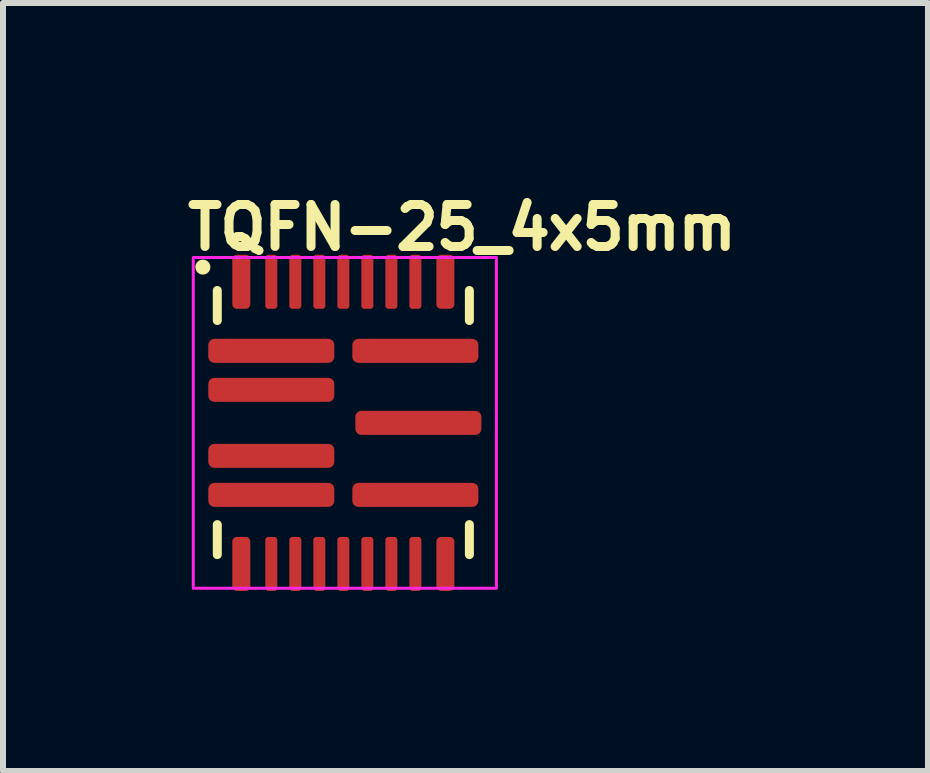
<source format=kicad_pcb>
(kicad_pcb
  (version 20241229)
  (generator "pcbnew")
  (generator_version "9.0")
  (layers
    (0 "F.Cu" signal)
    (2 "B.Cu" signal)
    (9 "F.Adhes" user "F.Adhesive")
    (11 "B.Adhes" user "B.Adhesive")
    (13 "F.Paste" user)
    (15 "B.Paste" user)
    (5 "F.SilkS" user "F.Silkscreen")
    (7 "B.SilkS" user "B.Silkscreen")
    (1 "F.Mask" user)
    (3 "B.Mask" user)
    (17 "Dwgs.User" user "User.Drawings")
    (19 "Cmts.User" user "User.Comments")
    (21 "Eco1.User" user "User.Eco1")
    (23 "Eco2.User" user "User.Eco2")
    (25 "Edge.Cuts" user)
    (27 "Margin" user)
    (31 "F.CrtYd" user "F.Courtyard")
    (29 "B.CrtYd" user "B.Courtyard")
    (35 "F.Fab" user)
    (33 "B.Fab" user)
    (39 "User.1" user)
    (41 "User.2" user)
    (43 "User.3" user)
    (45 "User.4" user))
  (footprint "TQFN-25_4x5mm"
    (layer "F.Cu")
    (at 2.67 3.99)
    (property "Reference" "TQFN-25_4x5mm" (at -2.67 -2.84 0) (unlocked yes) (layer "F.SilkS") (effects (font (size 0.7 0.7) (thickness 0.15)) (justify left bottom)))
    (attr smd)
    (fp_line (start -2.1 -1.7) (end -2.1 -2.2) (stroke (width 0.15) (type solid)) (layer "F.SilkS"))
    (fp_line (start -2.1 2.2) (end -2.1 1.7) (stroke (width 0.15) (type solid)) (layer "F.SilkS"))
    (fp_line (start 2.1 -2.2) (end 2.1 -1.7) (stroke (width 0.15) (type solid)) (layer "F.SilkS"))
    (fp_line (start 2.1 2.2) (end 2.1 1.7) (stroke (width 0.15) (type solid)) (layer "F.SilkS"))
    (fp_circle (center -2.34 -2.59) (end -2.29 -2.59) (stroke (width 0.15) (type solid)) (fill yes) (layer "F.SilkS"))
    (fp_rect (start -2.5 -2.75) (end 2.55 2.76) (stroke (width 0.05) (type solid)) (fill no) (layer "F.CrtYd"))
    (fp_rect (start -2 -2.5) (end 2 2.5) (stroke (width 0.1) (type solid)) (fill no) (layer "User.5"))
    (fp_line (start -2 -2.5) (end -2 2.5) (stroke (width 0.02) (type solid)) (layer "User.9"))
    (fp_line (start -2 2.5) (end 2 2.5) (stroke (width 0.02) (type solid)) (layer "User.9"))
    (fp_line (start -1.718 -1.991) (end -1.715 -2.027) (stroke (width 0.02) (type solid)) (layer "User.9"))
    (fp_line (start -1.715 -2.027) (end -1.704 -2.06) (stroke (width 0.02) (type solid)) (layer "User.9"))
    (fp_line (start -1.715 -1.956) (end -1.718 -1.991) (stroke (width 0.02) (type solid)) (layer "User.9"))
    (fp_line (start -1.704 -2.06) (end -1.686 -2.091) (stroke (width 0.02) (type solid)) (layer "User.9"))
    (fp_line (start -1.704 -1.922) (end -1.715 -1.956) (stroke (width 0.02) (type solid)) (layer "User.9"))
    (fp_line (start -1.686 -2.091) (end -1.662 -2.117) (stroke (width 0.02) (type solid)) (layer "User.9"))
    (fp_line (start -1.686 -1.892) (end -1.704 -1.922) (stroke (width 0.02) (type solid)) (layer "User.9"))
    (fp_line (start -1.662 -2.117) (end -1.634 -2.138) (stroke (width 0.02) (type solid)) (layer "User.9"))
    (fp_line (start -1.662 -1.865) (end -1.686 -1.892) (stroke (width 0.02) (type solid)) (layer "User.9"))
    (fp_line (start -1.634 -2.138) (end -1.601 -2.152) (stroke (width 0.02) (type solid)) (layer "User.9"))
    (fp_line (start -1.634 -1.845) (end -1.662 -1.865) (stroke (width 0.02) (type solid)) (layer "User.9"))
    (fp_line (start -1.601 -2.152) (end -1.567 -2.16) (stroke (width 0.02) (type solid)) (layer "User.9"))
    (fp_line (start -1.601 -1.83) (end -1.634 -1.845) (stroke (width 0.02) (type solid)) (layer "User.9"))
    (fp_line (start -1.567 -2.16) (end -1.531 -2.16) (stroke (width 0.02) (type solid)) (layer "User.9"))
    (fp_line (start -1.567 -1.823) (end -1.601 -1.83) (stroke (width 0.02) (type solid)) (layer "User.9"))
    (fp_line (start -1.531 -2.16) (end -1.497 -2.152) (stroke (width 0.02) (type solid)) (layer "User.9"))
    (fp_line (start -1.531 -1.823) (end -1.567 -1.823) (stroke (width 0.02) (type solid)) (layer "User.9"))
    (fp_line (start -1.497 -2.152) (end -1.464 -2.138) (stroke (width 0.02) (type solid)) (layer "User.9"))
    (fp_line (start -1.497 -1.83) (end -1.531 -1.823) (stroke (width 0.02) (type solid)) (layer "User.9"))
    (fp_line (start -1.464 -2.138) (end -1.436 -2.117) (stroke (width 0.02) (type solid)) (layer "User.9"))
    (fp_line (start -1.464 -1.845) (end -1.497 -1.83) (stroke (width 0.02) (type solid)) (layer "User.9"))
    (fp_line (start -1.436 -2.117) (end -1.412 -2.091) (stroke (width 0.02) (type solid)) (layer "User.9"))
    (fp_line (start -1.436 -1.865) (end -1.464 -1.845) (stroke (width 0.02) (type solid)) (layer "User.9"))
    (fp_line (start -1.412 -2.091) (end -1.394 -2.06) (stroke (width 0.02) (type solid)) (layer "User.9"))
    (fp_line (start -1.412 -1.892) (end -1.436 -1.865) (stroke (width 0.02) (type solid)) (layer "User.9"))
    (fp_line (start -1.394 -2.06) (end -1.383 -2.027) (stroke (width 0.02) (type solid)) (layer "User.9"))
    (fp_line (start -1.394 -1.922) (end -1.412 -1.892) (stroke (width 0.02) (type solid)) (layer "User.9"))
    (fp_line (start -1.383 -2.027) (end -1.38 -1.991) (stroke (width 0.02) (type solid)) (layer "User.9"))
    (fp_line (start -1.383 -1.956) (end -1.394 -1.922) (stroke (width 0.02) (type solid)) (layer "User.9"))
    (fp_line (start -1.38 -1.991) (end -1.383 -1.956) (stroke (width 0.02) (type solid)) (layer "User.9"))
    (fp_line (start 2 -2.5) (end -2 -2.5) (stroke (width 0.02) (type solid)) (layer "User.9"))
    (fp_line (start 2 2.5) (end 2 -2.5) (stroke (width 0.02) (type solid)) (layer "User.9"))
    (pad "1" smd roundrect (at -1.2 -1.195 180) (size 2.1 0.4) (layers "F.Cu" "F.Mask" "F.Paste") (roundrect_rratio 0.25))
    (pad "2" smd roundrect (at -1.2 -0.545 180) (size 2.1 0.4) (layers "F.Cu" "F.Mask" "F.Paste") (roundrect_rratio 0.25))
    (pad "3" smd roundrect (at -1.2 0.555 180) (size 2.1 0.4) (layers "F.Cu" "F.Mask" "F.Paste") (roundrect_rratio 0.25))
    (pad "4" smd roundrect (at -1.2 1.205 180) (size 2.1 0.4) (layers "F.Cu" "F.Mask" "F.Paste") (roundrect_rratio 0.25))
    (pad "5" smd roundrect (at -1.7 2.355 90) (size 0.9 0.3) (layers "F.Cu" "F.Mask" "F.Paste") (roundrect_rratio 0.25))
    (pad "6" smd roundrect (at -1.2 2.355 90) (size 0.9 0.2) (layers "F.Cu" "F.Mask" "F.Paste") (roundrect_rratio 0.25))
    (pad "7" smd roundrect (at -0.8 2.355 90) (size 0.9 0.2) (layers "F.Cu" "F.Mask" "F.Paste") (roundrect_rratio 0.25))
    (pad "8" smd roundrect (at -0.4 2.355 90) (size 0.9 0.2) (layers "F.Cu" "F.Mask" "F.Paste") (roundrect_rratio 0.25))
    (pad "9" smd roundrect (at 0 2.355 90) (size 0.9 0.2) (layers "F.Cu" "F.Mask" "F.Paste") (roundrect_rratio 0.25))
    (pad "10" smd roundrect (at 0.4 2.355 90) (size 0.9 0.2) (layers "F.Cu" "F.Mask" "F.Paste") (roundrect_rratio 0.25))
    (pad "11" smd roundrect (at 0.8 2.355 90) (size 0.9 0.2) (layers "F.Cu" "F.Mask" "F.Paste") (roundrect_rratio 0.25))
    (pad "12" smd roundrect (at 1.2 2.355 90) (size 0.9 0.2) (layers "F.Cu" "F.Mask" "F.Paste") (roundrect_rratio 0.25))
    (pad "13" smd roundrect (at 1.7 2.355 90) (size 0.9 0.3) (layers "F.Cu" "F.Mask" "F.Paste") (roundrect_rratio 0.25))
    (pad "14" smd roundrect (at 1.2 1.205 180) (size 2.1 0.4) (layers "F.Cu" "F.Mask" "F.Paste") (roundrect_rratio 0.25))
    (pad "15" smd roundrect (at 1.25 0.005 180) (size 2.1 0.4) (layers "F.Cu" "F.Mask" "F.Paste") (roundrect_rratio 0.25))
    (pad "16" smd roundrect (at 1.2 -1.195 180) (size 2.1 0.4) (layers "F.Cu" "F.Mask" "F.Paste") (roundrect_rratio 0.25))
    (pad "17" smd roundrect (at 1.7 -2.345 90) (size 0.9 0.3) (layers "F.Cu" "F.Mask" "F.Paste") (roundrect_rratio 0.25))
    (pad "18" smd roundrect (at 1.2 -2.345 90) (size 0.9 0.2) (layers "F.Cu" "F.Mask" "F.Paste") (roundrect_rratio 0.25))
    (pad "19" smd roundrect (at 0.8 -2.345 90) (size 0.9 0.2) (layers "F.Cu" "F.Mask" "F.Paste") (roundrect_rratio 0.25))
    (pad "20" smd roundrect (at 0.4 -2.345 90) (size 0.9 0.2) (layers "F.Cu" "F.Mask" "F.Paste") (roundrect_rratio 0.25))
    (pad "21" smd roundrect (at 0 -2.345 90) (size 0.9 0.2) (layers "F.Cu" "F.Mask" "F.Paste") (roundrect_rratio 0.25))
    (pad "22" smd roundrect (at -0.4 -2.345 90) (size 0.9 0.2) (layers "F.Cu" "F.Mask" "F.Paste") (roundrect_rratio 0.25))
    (pad "23" smd roundrect (at -0.8 -2.345 90) (size 0.9 0.2) (layers "F.Cu" "F.Mask" "F.Paste") (roundrect_rratio 0.25))
    (pad "24" smd roundrect (at -1.2 -2.345 90) (size 0.9 0.2) (layers "F.Cu" "F.Mask" "F.Paste") (roundrect_rratio 0.25))
    (pad "25" smd roundrect (at -1.7 -2.345 90) (size 0.9 0.3) (layers "F.Cu" "F.Mask" "F.Paste") (roundrect_rratio 0.25)))
  (gr_rect
    (start -3 -3)
    (end 12.41 9.795)
    (stroke (width 0.1) (type default))
    (fill no)
    (layer "Edge.Cuts")))
</source>
